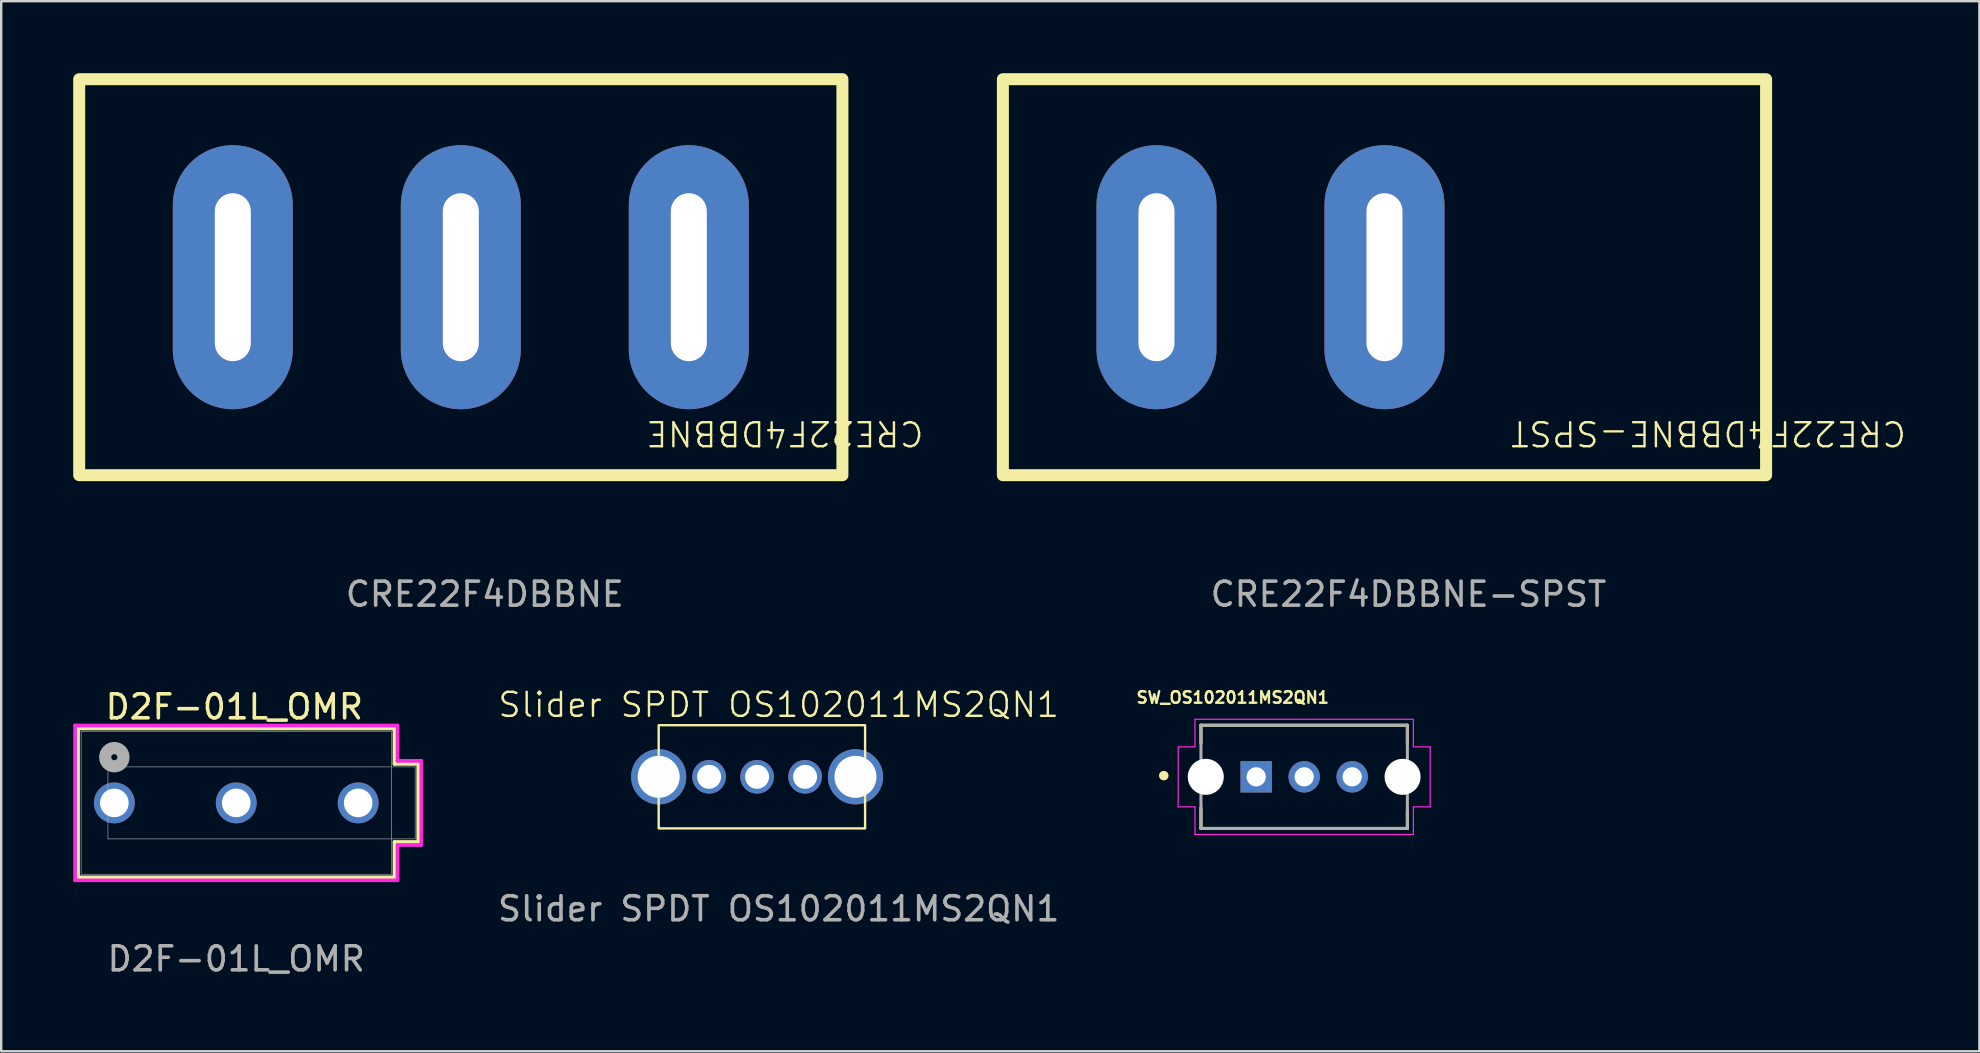
<source format=kicad_pcb>
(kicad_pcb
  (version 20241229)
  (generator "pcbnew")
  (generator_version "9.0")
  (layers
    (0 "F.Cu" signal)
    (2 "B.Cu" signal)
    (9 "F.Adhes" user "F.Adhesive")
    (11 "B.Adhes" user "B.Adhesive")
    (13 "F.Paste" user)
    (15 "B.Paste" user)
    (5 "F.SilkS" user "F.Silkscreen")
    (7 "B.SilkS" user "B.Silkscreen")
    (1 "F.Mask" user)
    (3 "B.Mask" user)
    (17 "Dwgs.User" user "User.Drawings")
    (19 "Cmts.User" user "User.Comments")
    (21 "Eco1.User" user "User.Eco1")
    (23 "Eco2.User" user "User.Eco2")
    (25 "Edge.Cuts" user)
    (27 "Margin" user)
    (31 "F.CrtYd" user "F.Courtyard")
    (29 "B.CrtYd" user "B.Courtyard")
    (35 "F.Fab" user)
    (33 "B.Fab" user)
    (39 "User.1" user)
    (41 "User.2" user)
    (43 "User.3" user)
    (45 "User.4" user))
  (footprint "SW_OS102011MS2QN1"
    (layer "F.Cu")
    (at 51.29 29.318)
    (property "Reference" "SW_OS102011MS2QN1" (at -2.977 -3.305 0) (layer "F.SilkS") (effects (font (size 0.48 0.48) (thickness 0.1) (bold yes))))
    (attr through_hole)
    (fp_line (start -4.3 -2.15) (end -4.3 -1.4) (stroke (width 0.127) (type solid)) (layer "F.SilkS"))
    (fp_line (start -4.3 1.3) (end -4.3 2.15) (stroke (width 0.127) (type solid)) (layer "F.SilkS"))
    (fp_line (start -4.3 2.15) (end 4.3 2.15) (stroke (width 0.127) (type solid)) (layer "F.SilkS"))
    (fp_line (start 4.3 -2.15) (end -4.3 -2.15) (stroke (width 0.127) (type solid)) (layer "F.SilkS"))
    (fp_line (start 4.3 -1.4) (end 4.3 -2.15) (stroke (width 0.127) (type solid)) (layer "F.SilkS"))
    (fp_line (start 4.3 2.15) (end 4.3 1.4) (stroke (width 0.127) (type solid)) (layer "F.SilkS"))
    (fp_circle (center -5.85 -0.05) (end -5.75 -0.05) (stroke (width 0.2) (type solid)) (fill no) (layer "F.SilkS"))
    (fp_line (start -5.25 -1.25) (end -4.55 -1.25) (stroke (width 0.05) (type solid)) (layer "F.CrtYd"))
    (fp_line (start -5.25 1.25) (end -5.25 -1.25) (stroke (width 0.05) (type solid)) (layer "F.CrtYd"))
    (fp_line (start -4.55 -2.4) (end 4.55 -2.4) (stroke (width 0.05) (type solid)) (layer "F.CrtYd"))
    (fp_line (start -4.55 -1.25) (end -4.55 -2.4) (stroke (width 0.05) (type solid)) (layer "F.CrtYd"))
    (fp_line (start -4.55 1.25) (end -5.25 1.25) (stroke (width 0.05) (type solid)) (layer "F.CrtYd"))
    (fp_line (start -4.55 2.4) (end -4.55 1.25) (stroke (width 0.05) (type solid)) (layer "F.CrtYd"))
    (fp_line (start 4.55 -2.4) (end 4.55 -1.25) (stroke (width 0.05) (type solid)) (layer "F.CrtYd"))
    (fp_line (start 4.55 -1.25) (end 5.25 -1.25) (stroke (width 0.05) (type solid)) (layer "F.CrtYd"))
    (fp_line (start 4.55 1.25) (end 4.55 2.4) (stroke (width 0.05) (type solid)) (layer "F.CrtYd"))
    (fp_line (start 4.55 2.4) (end -4.55 2.4) (stroke (width 0.05) (type solid)) (layer "F.CrtYd"))
    (fp_line (start 5.25 -1.25) (end 5.25 1.25) (stroke (width 0.05) (type solid)) (layer "F.CrtYd"))
    (fp_line (start 5.25 1.25) (end 4.55 1.25) (stroke (width 0.05) (type solid)) (layer "F.CrtYd"))
    (fp_line (start -4.3 -2.15) (end 4.3 -2.15) (stroke (width 0.127) (type solid)) (layer "F.Fab"))
    (fp_line (start -4.3 2.15) (end -4.3 -2.15) (stroke (width 0.127) (type solid)) (layer "F.Fab"))
    (fp_line (start 4.3 -2.15) (end 4.3 2.15) (stroke (width 0.127) (type solid)) (layer "F.Fab"))
    (fp_line (start 4.3 2.15) (end -4.3 2.15) (stroke (width 0.127) (type solid)) (layer "F.Fab"))
    (fp_circle (center -2.1 -0.05) (end -2 -0.05) (stroke (width 0.2) (type solid)) (fill no) (layer "F.Fab"))
    (pad "" np_thru_hole circle (at -4.1 0) (size 1.5 1.5) (drill 1.5) (layers "*.Cu" "*.Mask"))
    (pad "" np_thru_hole circle (at 4.1 0) (size 1.5 1.5) (drill 1.5) (layers "*.Cu" "*.Mask"))
    (pad "1" thru_hole rect (at -2 0) (size 1.308 1.308) (drill 0.8) (layers "*.Cu" "*.Mask"))
    (pad "2" thru_hole circle (at 0 0) (size 1.308 1.308) (drill 0.8) (layers "*.Cu" "*.Mask"))
    (pad "3" thru_hole circle (at 2 0) (size 1.308 1.308) (drill 0.8) (layers "*.Cu" "*.Mask")))
  (footprint "Slider SPDT OS102011MS2QN1"
    (layer "F.Cu")
    (at 24.395 29.317)
    (property "Reference" "Slider SPDT OS102011MS2QN1" (at 5 -3 0) (unlocked yes) (layer "F.SilkS") (effects (font (size 1 1) (thickness 0.1))))
    (attr through_hole)
    (fp_rect (start 0 -2.15) (end 8.6 2.15) (stroke (width 0.1) (type default)) (fill no) (layer "F.SilkS"))
    (fp_text user "${REFERENCE}" (at 5 5.5 0) (unlocked yes) (layer "F.Fab") (effects (font (size 1 1) (thickness 0.15))))
    (pad "" thru_hole circle (at 0 0) (size 2.3 2.3) (drill 1.75) (layers "*.Cu" "*.Mask"))
    (pad "" thru_hole circle (at 8.2 0) (size 2.3 2.3) (drill 1.75) (layers "*.Cu" "*.Mask"))
    (pad "1" thru_hole circle (at 2.1 0) (size 1.4 1.4) (drill 1) (layers "*.Cu" "*.Mask"))
    (pad "2" thru_hole circle (at 4.1 0) (size 1.4 1.4) (drill 1) (layers "*.Cu" "*.Mask"))
    (pad "3" thru_hole circle (at 6.1 0) (size 1.4 1.4) (drill 1) (layers "*.Cu" "*.Mask")))
  (footprint "CRE22F4DBBNE"
    (layer "F.Cu")
    (at 16.15 8.5)
    (property "Reference" "CRE22F4DBBNE" (at 13.5 6.5 180) (unlocked yes) (layer "F.SilkS") (effects (font (size 1 1) (thickness 0.1))))
    (attr through_hole)
    (fp_rect (start -15.9 -8.25) (end 15.9 8.25) (stroke (width 0.5) (type solid)) (fill no) (layer "F.SilkS"))
    (fp_text user "${REFERENCE}" (at 1 13.208 0) (unlocked yes) (layer "F.Fab") (effects (font (size 1 1) (thickness 0.15))))
    (pad "1" thru_hole oval (at -9.5 0 90) (size 11 5) (drill oval 7 1.5) (layers "*.Cu" "*.Mask"))
    (pad "2" thru_hole oval (at 0 0 90) (size 11 5) (drill oval 7 1.5) (layers "*.Cu" "*.Mask"))
    (pad "3" thru_hole oval (at 9.5 0 90) (size 11 5) (drill oval 7 1.5) (layers "*.Cu" "*.Mask")))
  (footprint "CRE22F4DBBNE-SPST"
    (layer "F.Cu")
    (at 54.636 8.5)
    (property "Reference" "CRE22F4DBBNE-SPST" (at 13.5 6.5 180) (unlocked yes) (layer "F.SilkS") (effects (font (size 1 1) (thickness 0.1))))
    (attr through_hole)
    (fp_rect (start -15.9 -8.25) (end 15.9 8.25) (stroke (width 0.5) (type solid)) (fill no) (layer "F.SilkS"))
    (fp_text user "${REFERENCE}" (at 1 13.208 0) (unlocked yes) (layer "F.Fab") (effects (font (size 1 1) (thickness 0.15))))
    (pad "1" thru_hole oval (at -9.5 0 90) (size 11 5) (drill oval 7 1.5) (layers "*.Cu" "*.Mask"))
    (pad "2" thru_hole oval (at 0 0 90) (size 11 5) (drill oval 7 1.5) (layers "*.Cu" "*.Mask")))
  (footprint "D2F-01L_OMR"
    (layer "F.Cu")
    (at 1.714 30.404)
    (property "Reference" "D2F-01L_OMR" (at 5 -4 0) (unlocked yes) (layer "F.SilkS") (effects (font (size 1 1) (thickness 0.15))))
    (attr through_hole)
    (fp_line (start -1.511 -3.099) (end -1.511 3.099) (stroke (width 0.152) (type solid)) (layer "F.SilkS"))
    (fp_line (start -1.511 3.099) (end 11.671 3.099) (stroke (width 0.152) (type solid)) (layer "F.SilkS"))
    (fp_line (start 11.671 -3.099) (end -1.511 -3.099) (stroke (width 0.152) (type solid)) (layer "F.SilkS"))
    (fp_line (start 11.671 -1.626) (end 11.671 -3.099) (stroke (width 0.152) (type solid)) (layer "F.SilkS"))
    (fp_line (start 11.671 1.626) (end 12.662 1.626) (stroke (width 0.152) (type solid)) (layer "F.SilkS"))
    (fp_line (start 11.671 3.099) (end 11.671 1.626) (stroke (width 0.152) (type solid)) (layer "F.SilkS"))
    (fp_line (start 12.662 -1.626) (end 11.671 -1.626) (stroke (width 0.152) (type solid)) (layer "F.SilkS"))
    (fp_line (start 12.662 1.626) (end 12.662 -1.626) (stroke (width 0.152) (type solid)) (layer "F.SilkS"))
    (fp_line (start -1.638 -3.226) (end -1.638 3.226) (stroke (width 0.152) (type solid)) (layer "F.CrtYd"))
    (fp_line (start -1.638 3.226) (end 11.798 3.226) (stroke (width 0.152) (type solid)) (layer "F.CrtYd"))
    (fp_line (start 11.798 -3.226) (end -1.638 -3.226) (stroke (width 0.152) (type solid)) (layer "F.CrtYd"))
    (fp_line (start 11.798 -1.753) (end 11.798 -3.226) (stroke (width 0.152) (type solid)) (layer "F.CrtYd"))
    (fp_line (start 11.798 1.753) (end 12.789 1.753) (stroke (width 0.152) (type solid)) (layer "F.CrtYd"))
    (fp_line (start 11.798 3.226) (end 11.798 1.753) (stroke (width 0.152) (type solid)) (layer "F.CrtYd"))
    (fp_line (start 12.789 -1.753) (end 11.798 -1.753) (stroke (width 0.152) (type solid)) (layer "F.CrtYd"))
    (fp_line (start 12.789 1.753) (end 12.789 -1.753) (stroke (width 0.152) (type solid)) (layer "F.CrtYd"))
    (fp_line (start -1.384 -2.972) (end -1.384 2.972) (stroke (width 0.025) (type solid)) (layer "F.Fab"))
    (fp_line (start -1.384 2.972) (end 11.544 2.972) (stroke (width 0.025) (type solid)) (layer "F.Fab"))
    (fp_line (start -0.267 -1.499) (end 12.535 -1.499) (stroke (width 0.025) (type solid)) (layer "F.Fab"))
    (fp_line (start -0.267 1.499) (end -0.267 -1.499) (stroke (width 0.025) (type solid)) (layer "F.Fab"))
    (fp_line (start 11.544 -2.972) (end -1.384 -2.972) (stroke (width 0.025) (type solid)) (layer "F.Fab"))
    (fp_line (start 11.544 2.972) (end 11.544 -2.972) (stroke (width 0.025) (type solid)) (layer "F.Fab"))
    (fp_line (start 12.535 -1.499) (end 12.535 1.499) (stroke (width 0.025) (type solid)) (layer "F.Fab"))
    (fp_line (start 12.535 1.499) (end -0.267 1.499) (stroke (width 0.025) (type solid)) (layer "F.Fab"))
    (fp_circle (center 0 -1.905) (end 0.381 -1.905) (stroke (width 0.508) (type solid)) (fill no) (layer "F.Fab"))
    (fp_text user "${REFERENCE}" (at 5.08 6.5 0) (unlocked yes) (layer "F.Fab") (effects (font (size 1 1) (thickness 0.15))))
    (pad "1" thru_hole circle (at 10.16 0) (size 1.702 1.702) (drill 1.194) (layers "*.Cu" "*.Mask"))
    (pad "2" thru_hole circle (at 0 0) (size 1.702 1.702) (drill 1.194) (layers "*.Cu" "*.Mask"))
    (pad "3" thru_hole circle (at 5.08 0) (size 1.702 1.702) (drill 1.194) (layers "*.Cu" "*.Mask")))
  (gr_rect
    (start -3 -3)
    (end 79.424 40.753)
    (stroke (width 0.1) (type default))
    (fill no)
    (layer "Edge.Cuts")))
</source>
